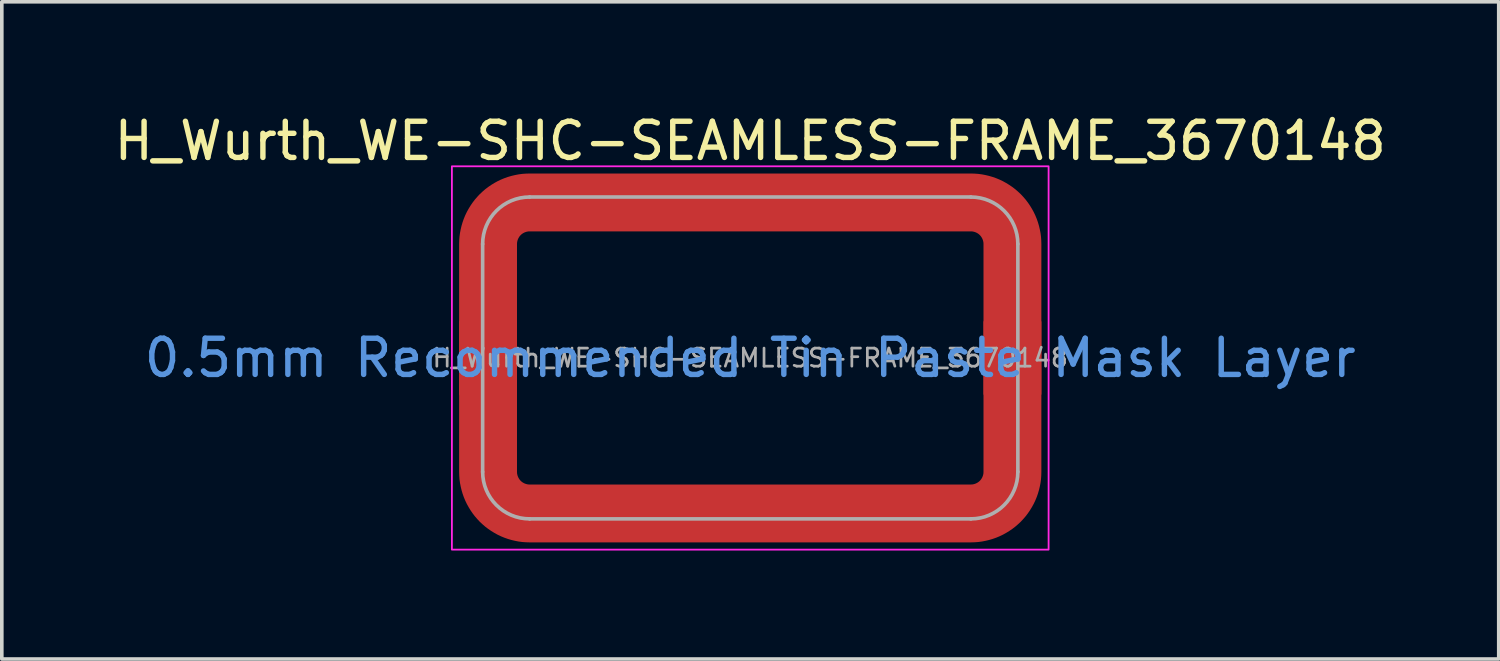
<source format=kicad_pcb>
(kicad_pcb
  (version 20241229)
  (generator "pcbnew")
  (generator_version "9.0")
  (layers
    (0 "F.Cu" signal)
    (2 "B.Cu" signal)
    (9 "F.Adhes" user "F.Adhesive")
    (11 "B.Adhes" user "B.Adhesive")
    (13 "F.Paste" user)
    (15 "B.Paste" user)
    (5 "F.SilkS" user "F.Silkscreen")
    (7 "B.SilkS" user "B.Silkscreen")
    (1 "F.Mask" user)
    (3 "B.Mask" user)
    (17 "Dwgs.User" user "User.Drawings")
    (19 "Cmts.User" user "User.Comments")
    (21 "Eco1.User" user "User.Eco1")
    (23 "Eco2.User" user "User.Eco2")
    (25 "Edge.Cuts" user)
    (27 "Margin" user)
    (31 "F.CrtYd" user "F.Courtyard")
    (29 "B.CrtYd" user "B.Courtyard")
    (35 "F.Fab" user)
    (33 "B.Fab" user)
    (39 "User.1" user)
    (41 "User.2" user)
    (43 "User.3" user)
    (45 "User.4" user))
  (footprint "H_Wurth_WE-SHC-SEAMLESS-FRAME_3670148"
    (layer "F.Cu")
    (at 17.696 6.848)
    (property "Reference" "H_Wurth_WE-SHC-SEAMLESS-FRAME_3670148" (at 0 -6 0) (unlocked yes) (layer "F.SilkS") (effects (font (size 1 1) (thickness 0.15))))
    (attr smd)
    (fp_rect (start -8.25 -5.3) (end 8.25 5.3) (stroke (width 0.05) (type solid)) (fill no) (layer "F.CrtYd"))
    (fp_line (start -7.4 3.15) (end -7.4 -3.15) (stroke (width 0.1) (type solid)) (layer "F.Fab"))
    (fp_line (start -6.1 -4.45) (end 6.1 -4.45) (stroke (width 0.1) (type solid)) (layer "F.Fab"))
    (fp_line (start -6.1 4.45) (end 6.1 4.45) (stroke (width 0.1) (type solid)) (layer "F.Fab"))
    (fp_line (start 7.4 3.15) (end 7.4 -3.15) (stroke (width 0.1) (type solid)) (layer "F.Fab"))
    (fp_arc (start -7.4 -3.15) (mid -7.019239 -4.069238) (end -6.1 -4.45) (stroke (width 0.1) (type default)) (layer "F.Fab"))
    (fp_arc (start -6.1 4.45) (mid -7.019238 4.069239) (end -7.4 3.15) (stroke (width 0.1) (type default)) (layer "F.Fab"))
    (fp_arc (start 6.1 -4.45) (mid 7.019238 -4.069239) (end 7.4 -3.15) (stroke (width 0.1) (type default)) (layer "F.Fab"))
    (fp_arc (start 7.4 3.15) (mid 7.019239 4.069238) (end 6.1 4.45) (stroke (width 0.1) (type default)) (layer "F.Fab"))
    (fp_text user "0.5mm Recommended Tin Paste Mask Layer" (at 0 0 0) (unlocked yes) (layer "Cmts.User") (effects (font (size 1 1) (thickness 0.15))))
    (fp_text user "${REFERENCE}" (at 0 0 0) (unlocked yes) (layer "F.Fab") (effects (font (size 0.5 0.5) (thickness 0.075))))
    (pad "1" smd custom (at 0 -4.3) (size 6.3 1.5) (layers "F.Cu" "F.Mask" "F.Paste") (options (anchor rect)) (primitives (gr_poly (pts (xy -6.5 5.3) (xy -8 5.3) (xy -8 1.15) (xy -7.997 1.051) (xy -7.99 0.951) (xy -7.977 0.853) (xy -7.958 0.755) (xy -7.935 0.658) (xy -7.907 0.563) (xy -7.874 0.469) (xy -7.836 0.377) (xy -7.793 0.287) (xy -7.745 0.2) (xy -7.693 0.115) (xy -7.637 0.033) (xy -7.577 -0.046) (xy -7.512 -0.121) (xy -7.444 -0.194) (xy -7.371 -0.262) (xy -7.296 -0.327) (xy -7.217 -0.387) (xy -7.135 -0.443) (xy -7.05 -0.495) (xy -6.963 -0.543) (xy -6.873 -0.586) (xy -6.781 -0.624) (xy -6.687 -0.657) (xy -6.592 -0.685) (xy -6.495 -0.708) (xy -6.397 -0.727) (xy -6.299 -0.74) (xy -6.199 -0.747) (xy -6.1 -0.75) (xy 6.1 -0.75) (xy 6.199 -0.747) (xy 6.299 -0.74) (xy 6.397 -0.727) (xy 6.495 -0.708) (xy 6.592 -0.685) (xy 6.687 -0.657) (xy 6.781 -0.624) (xy 6.873 -0.586) (xy 6.963 -0.543) (xy 7.05 -0.495) (xy 7.135 -0.443) (xy 7.217 -0.387) (xy 7.296 -0.327) (xy 7.371 -0.262) (xy 7.444 -0.194) (xy 7.512 -0.121) (xy 7.577 -0.046) (xy 7.637 0.033) (xy 7.693 0.115) (xy 7.745 0.2) (xy 7.793 0.287) (xy 7.836 0.377) (xy 7.874 0.469) (xy 7.907 0.563) (xy 7.935 0.658) (xy 7.958 0.755) (xy 7.977 0.853) (xy 7.99 0.951) (xy 7.997 1.051) (xy 8 1.15) (xy 8 5.3) (xy 6.5 5.3) (xy 6.5 1.15) (xy 6.499 1.129) (xy 6.498 1.108) (xy 6.495 1.087) (xy 6.491 1.067) (xy 6.486 1.046) (xy 6.48 1.026) (xy 6.473 1.007) (xy 6.465 0.987) (xy 6.456 0.968) (xy 6.446 0.95) (xy 6.435 0.932) (xy 6.424 0.915) (xy 6.411 0.898) (xy 6.397 0.882) (xy 6.383 0.867) (xy 6.368 0.853) (xy 6.352 0.839) (xy 6.335 0.826) (xy 6.318 0.815) (xy 6.3 0.804) (xy 6.282 0.794) (xy 6.263 0.785) (xy 6.243 0.777) (xy 6.224 0.77) (xy 6.204 0.764) (xy 6.183 0.759) (xy 6.163 0.755) (xy 6.142 0.752) (xy 6.121 0.751) (xy 6.1 0.75) (xy -6.1 0.75) (xy -6.121 0.751) (xy -6.142 0.752) (xy -6.163 0.755) (xy -6.183 0.759) (xy -6.204 0.764) (xy -6.224 0.77) (xy -6.243 0.777) (xy -6.263 0.785) (xy -6.282 0.794) (xy -6.3 0.804) (xy -6.318 0.815) (xy -6.335 0.826) (xy -6.352 0.839) (xy -6.368 0.853) (xy -6.383 0.867) (xy -6.397 0.882) (xy -6.411 0.898) (xy -6.424 0.915) (xy -6.435 0.932) (xy -6.446 0.95) (xy -6.456 0.968) (xy -6.465 0.987) (xy -6.473 1.007) (xy -6.48 1.026) (xy -6.486 1.046) (xy -6.491 1.067) (xy -6.495 1.087) (xy -6.498 1.108) (xy -6.499 1.129) (xy -6.5 1.15) (xy -6.5 5.3)) (width 0.1) (fill yes))))
    (pad "1" smd custom (at 7.25 0) (size 1.5 6.3) (layers "F.Cu" "F.Mask" "F.Paste") (options (anchor rect)) (primitives (gr_poly (pts (xy -0.75 -1) (xy 0.75 -1) (xy 0.75 3.15) (xy 0.747 3.249) (xy 0.74 3.349) (xy 0.727 3.447) (xy 0.708 3.545) (xy 0.685 3.642) (xy 0.657 3.737) (xy 0.624 3.831) (xy 0.586 3.923) (xy 0.543 4.013) (xy 0.495 4.1) (xy 0.443 4.185) (xy 0.387 4.267) (xy 0.327 4.346) (xy 0.262 4.421) (xy 0.194 4.494) (xy 0.121 4.562) (xy 0.046 4.627) (xy -0.033 4.687) (xy -0.115 4.743) (xy -0.2 4.795) (xy -0.287 4.843) (xy -0.377 4.886) (xy -0.469 4.924) (xy -0.563 4.957) (xy -0.658 4.985) (xy -0.755 5.008) (xy -0.853 5.027) (xy -0.951 5.04) (xy -1.051 5.047) (xy -1.15 5.05) (xy -13.35 5.05) (xy -13.449 5.047) (xy -13.549 5.04) (xy -13.647 5.027) (xy -13.745 5.008) (xy -13.842 4.985) (xy -13.937 4.957) (xy -14.031 4.924) (xy -14.123 4.886) (xy -14.213 4.843) (xy -14.3 4.795) (xy -14.385 4.743) (xy -14.467 4.687) (xy -14.546 4.627) (xy -14.621 4.562) (xy -14.694 4.494) (xy -14.762 4.421) (xy -14.827 4.346) (xy -14.887 4.267) (xy -14.943 4.185) (xy -14.995 4.1) (xy -15.043 4.013) (xy -15.086 3.923) (xy -15.124 3.831) (xy -15.157 3.737) (xy -15.185 3.642) (xy -15.208 3.545) (xy -15.227 3.447) (xy -15.24 3.349) (xy -15.247 3.249) (xy -15.25 3.15) (xy -15.25 -1) (xy -13.75 -1) (xy -13.75 3.15) (xy -13.749 3.171) (xy -13.748 3.192) (xy -13.745 3.213) (xy -13.741 3.233) (xy -13.736 3.254) (xy -13.73 3.274) (xy -13.723 3.293) (xy -13.715 3.313) (xy -13.706 3.332) (xy -13.696 3.35) (xy -13.685 3.368) (xy -13.674 3.385) (xy -13.661 3.402) (xy -13.647 3.418) (xy -13.633 3.433) (xy -13.618 3.447) (xy -13.602 3.461) (xy -13.585 3.474) (xy -13.568 3.485) (xy -13.55 3.496) (xy -13.532 3.506) (xy -13.513 3.515) (xy -13.493 3.523) (xy -13.474 3.53) (xy -13.454 3.536) (xy -13.433 3.541) (xy -13.413 3.545) (xy -13.392 3.548) (xy -13.371 3.549) (xy -13.35 3.55) (xy -1.15 3.55) (xy -1.129 3.549) (xy -1.108 3.548) (xy -1.087 3.545) (xy -1.067 3.541) (xy -1.046 3.536) (xy -1.026 3.53) (xy -1.007 3.523) (xy -0.987 3.515) (xy -0.968 3.506) (xy -0.95 3.496) (xy -0.932 3.485) (xy -0.915 3.474) (xy -0.898 3.461) (xy -0.882 3.447) (xy -0.867 3.433) (xy -0.853 3.418) (xy -0.839 3.402) (xy -0.826 3.385) (xy -0.815 3.368) (xy -0.804 3.35) (xy -0.794 3.332) (xy -0.785 3.313) (xy -0.777 3.293) (xy -0.77 3.274) (xy -0.764 3.254) (xy -0.759 3.233) (xy -0.755 3.213) (xy -0.752 3.192) (xy -0.751 3.171) (xy -0.75 3.15) (xy -0.75 -1)) (width 0.1) (fill yes)))))
  (gr_rect
    (start -3 -3)
    (end 38.393 15.173)
    (stroke (width 0.1) (type default))
    (fill no)
    (layer "Edge.Cuts")))
</source>
